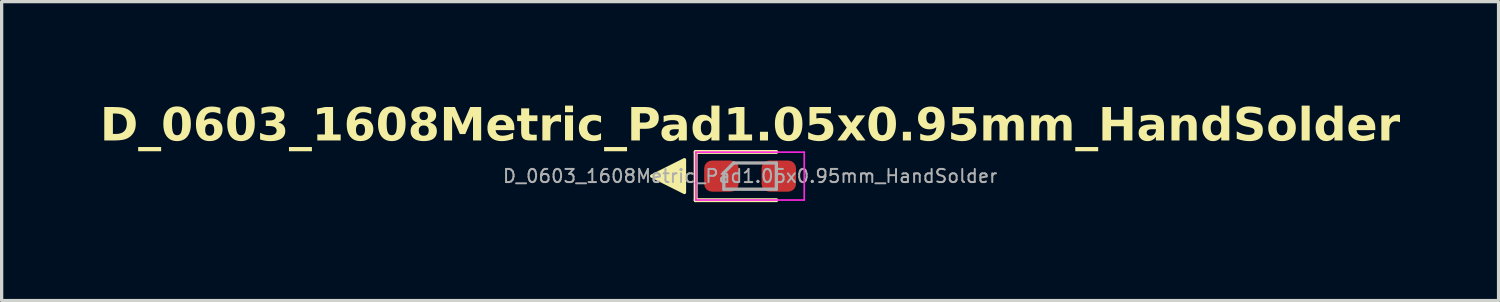
<source format=kicad_pcb>
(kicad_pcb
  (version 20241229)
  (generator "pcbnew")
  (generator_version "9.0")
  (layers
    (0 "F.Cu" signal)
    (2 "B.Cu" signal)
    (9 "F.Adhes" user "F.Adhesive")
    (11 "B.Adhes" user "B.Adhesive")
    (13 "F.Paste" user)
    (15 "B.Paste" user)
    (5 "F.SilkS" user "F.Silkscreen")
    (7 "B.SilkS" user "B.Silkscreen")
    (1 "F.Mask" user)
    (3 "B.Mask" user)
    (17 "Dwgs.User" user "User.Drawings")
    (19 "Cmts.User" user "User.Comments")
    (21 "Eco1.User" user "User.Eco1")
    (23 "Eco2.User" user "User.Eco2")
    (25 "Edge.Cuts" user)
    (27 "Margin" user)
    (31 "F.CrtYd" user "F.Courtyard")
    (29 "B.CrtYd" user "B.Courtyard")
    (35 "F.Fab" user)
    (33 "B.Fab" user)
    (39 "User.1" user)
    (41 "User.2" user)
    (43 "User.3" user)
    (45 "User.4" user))
  (footprint "D_0603_1608Metric_Pad1.05x0.95mm_HandSolder"
    (layer "F.Cu")
    (at 19.813 2.317)
    (property "Reference" "D_0603_1608Metric_Pad1.05x0.95mm_HandSolder" (at 0 -1.5 180) (layer "F.SilkS") (effects (font (face "Ubuntu Mono") (size 1 1) (thickness 0.2) (bold yes))))
    (attr smd)
    (fp_line (start -1.66 -0.735) (end -1.66 0.735) (stroke (width 0.12) (type solid)) (layer "F.SilkS"))
    (fp_line (start -1.66 0.735) (end 0.8 0.735) (stroke (width 0.12) (type solid)) (layer "F.SilkS"))
    (fp_line (start 0.8 -0.735) (end -1.66 -0.735) (stroke (width 0.12) (type solid)) (layer "F.SilkS"))
    (fp_poly (pts (xy -2 0.5) (xy -3 0) (xy -2 -0.5)) (stroke (width 0.1) (type solid)) (fill yes) (layer "F.SilkS"))
    (fp_line (start -1.65 -0.73) (end 1.65 -0.73) (stroke (width 0.05) (type solid)) (layer "F.CrtYd"))
    (fp_line (start -1.65 0.73) (end -1.65 -0.73) (stroke (width 0.05) (type solid)) (layer "F.CrtYd"))
    (fp_line (start 1.65 -0.73) (end 1.65 0.73) (stroke (width 0.05) (type solid)) (layer "F.CrtYd"))
    (fp_line (start 1.65 0.73) (end -1.65 0.73) (stroke (width 0.05) (type solid)) (layer "F.CrtYd"))
    (fp_line (start -0.8 -0.1) (end -0.8 0.4) (stroke (width 0.1) (type solid)) (layer "F.Fab"))
    (fp_line (start -0.8 0.4) (end 0.8 0.4) (stroke (width 0.1) (type solid)) (layer "F.Fab"))
    (fp_line (start -0.5 -0.4) (end -0.8 -0.1) (stroke (width 0.1) (type solid)) (layer "F.Fab"))
    (fp_line (start 0.8 -0.4) (end -0.5 -0.4) (stroke (width 0.1) (type solid)) (layer "F.Fab"))
    (fp_line (start 0.8 0.4) (end 0.8 -0.4) (stroke (width 0.1) (type solid)) (layer "F.Fab"))
    (fp_text user "${REFERENCE}" (at 0 0 180) (layer "F.Fab") (effects (font (size 0.4 0.4) (thickness 0.06))))
    (pad "1" smd roundrect (at -0.875 0) (size 1.05 0.95) (layers "F.Cu" "F.Mask" "F.Paste") (roundrect_rratio 0.25))
    (pad "2" smd roundrect (at 0.875 0) (size 1.05 0.95) (layers "F.Cu" "F.Mask" "F.Paste") (roundrect_rratio 0.25)))
  (gr_rect
    (start -3 -3)
    (end 42.626 6.112)
    (stroke (width 0.1) (type default))
    (fill no)
    (layer "Edge.Cuts")))
</source>
